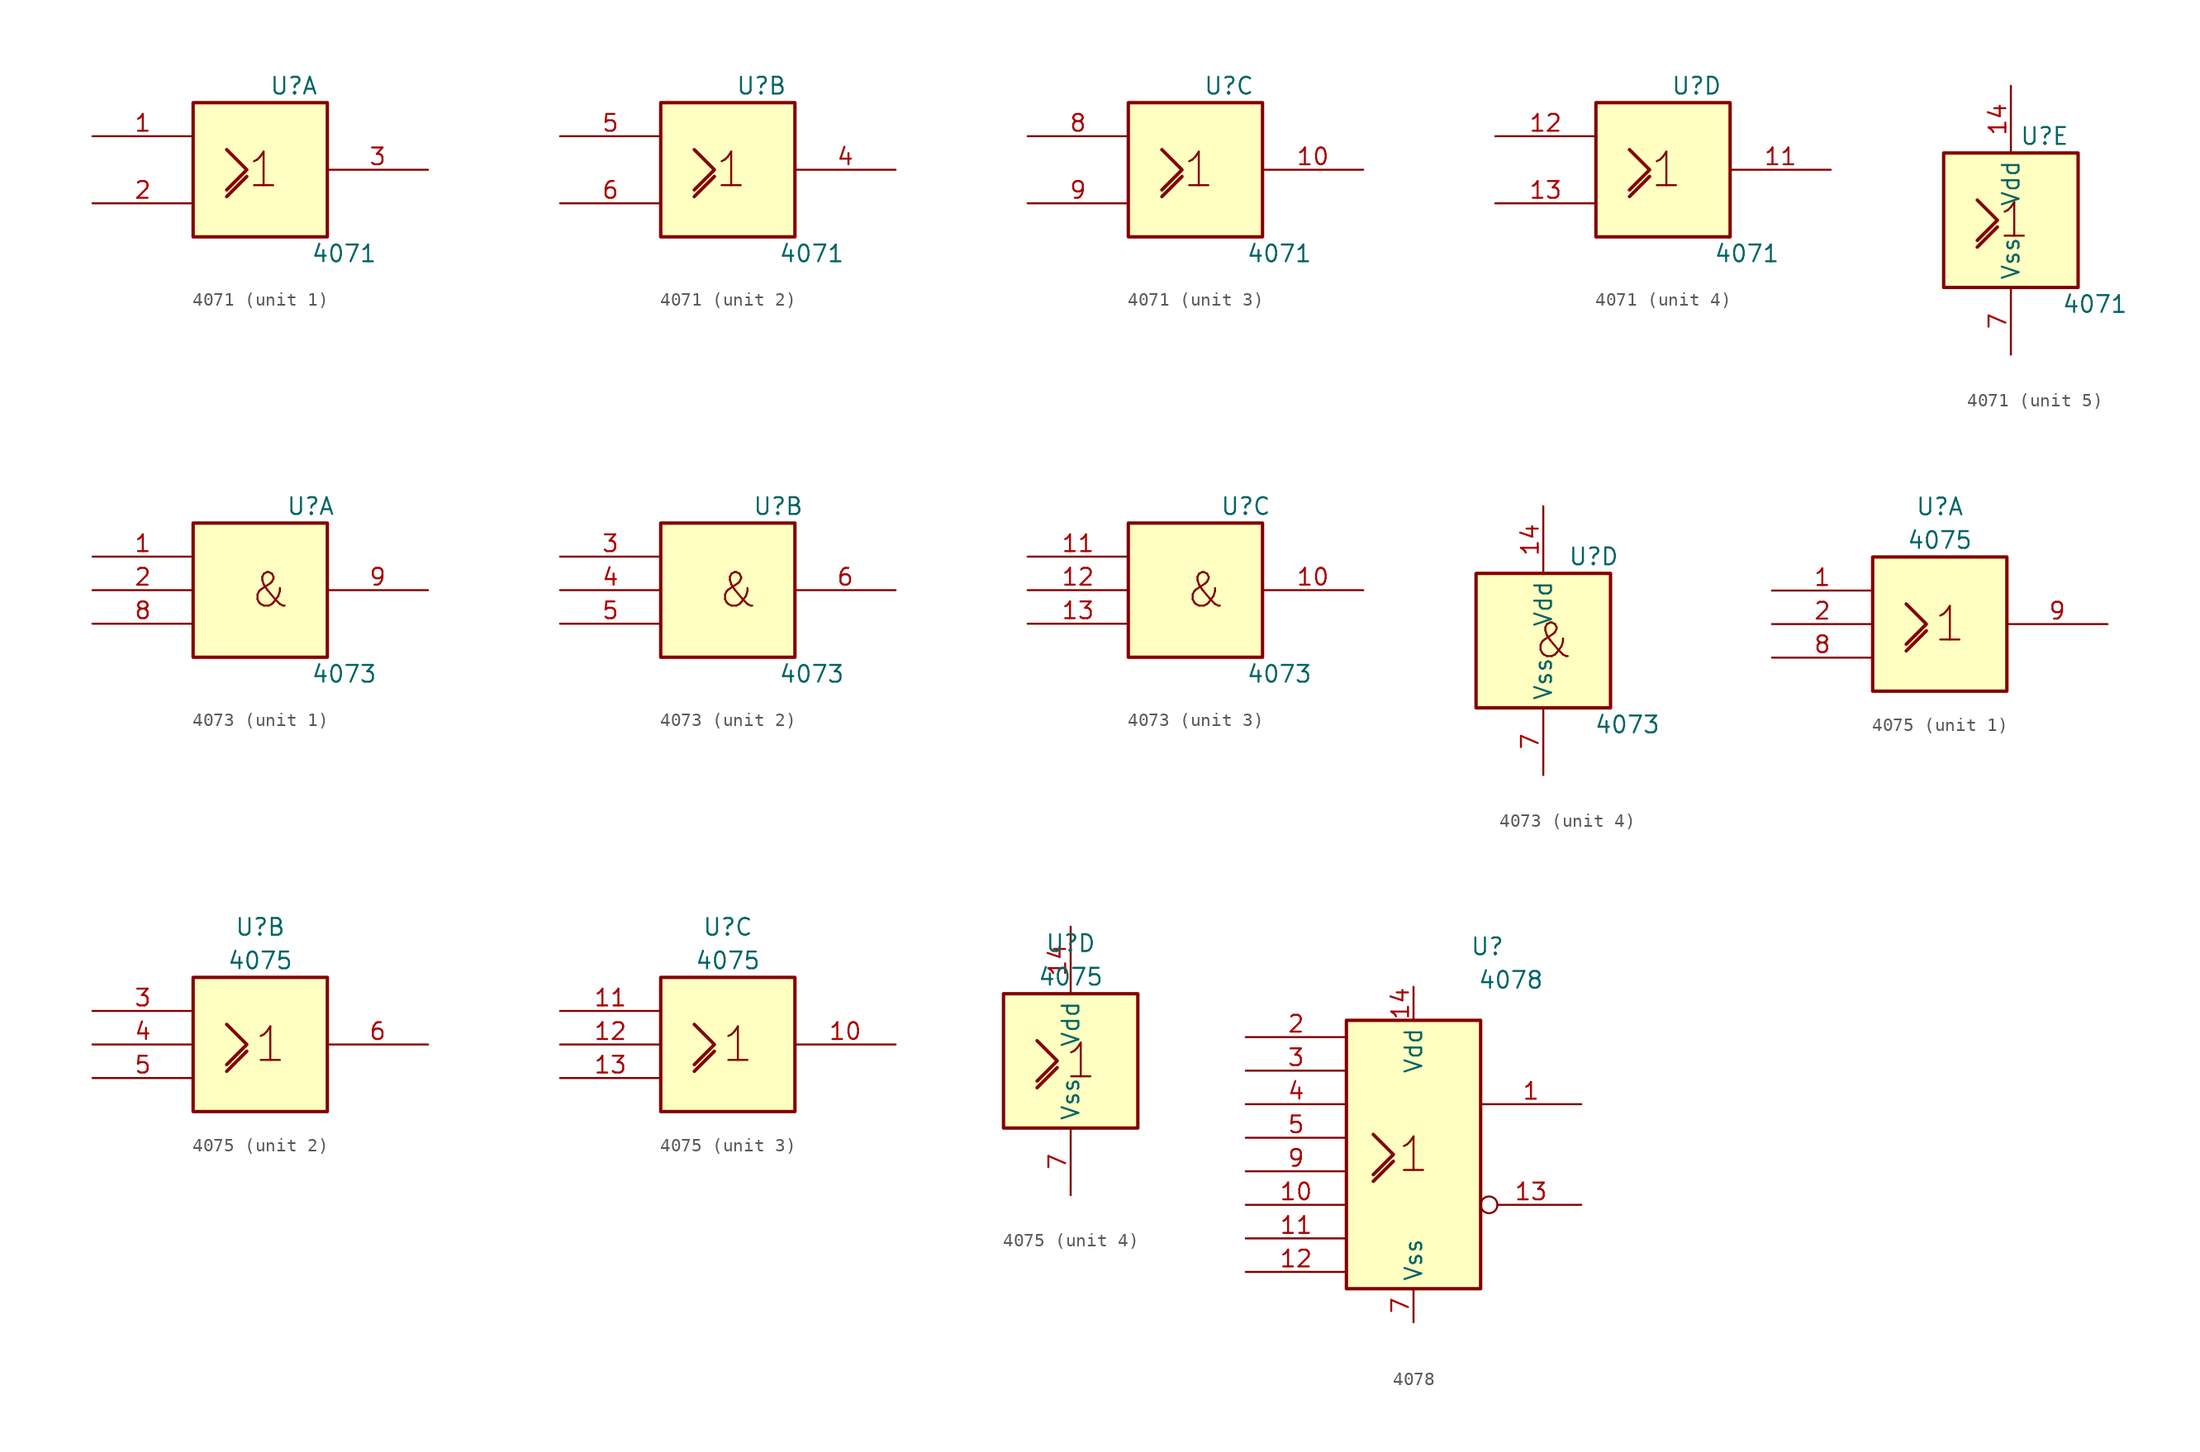
<source format=kicad_sym>
(kicad_symbol_lib
  (version 20231120)
  (generator "kicad_symbol_editor")
  (generator_version "8.0")
  (symbol "4071"
    (property "Reference" "U"
      (at 2.54 6.35 0)
      (effects (font (size 1.27 1.27))))
    (property "Value" "4071"
      (at 6.35 -6.35 0)
      (effects (font (size 1.27 1.27))))
    (property "ki_locked" ""
      (at 0 0 0)
      (effects (font (size 1.27 1.27))))
    (symbol "4071_0_0"
      (rectangle (start -5.08 5.08) (end 5.08 -5.08) (stroke (width 0.254) (type default)) (fill (type background)))
      (polyline (pts (xy -2.54 -2.032) (xy -1.016 -0.508) (xy -1.016 -0.508)) (stroke (width 0.254) (type default)) (fill (type background)))
      (polyline (pts (xy -2.54 1.524) (xy -1.016 0) (xy -2.54 -1.524) (xy -2.54 -1.524)) (stroke (width 0.254) (type default)) (fill (type background)))
      (text "1" (at 0.254 0 0) (effects (font (size 2.54 2.54)))))
    (symbol "4071_1_1"
      (pin input line (at -12.7 2.54 0) (length 7.62) (name "~" (effects (font (size 1.27 1.27)))) (number "1" (effects (font (size 1.27 1.27)))))
      (pin input line (at -12.7 -2.54 0) (length 7.62) (name "~" (effects (font (size 1.27 1.27)))) (number "2" (effects (font (size 1.27 1.27)))))
      (pin output line (at 12.7 0 180) (length 7.62) (name "~" (effects (font (size 1.27 1.27)))) (number "3" (effects (font (size 1.27 1.27))))))
    (symbol "4071_2_1"
      (pin output line (at 12.7 0 180) (length 7.62) (name "~" (effects (font (size 1.27 1.27)))) (number "4" (effects (font (size 1.27 1.27)))))
      (pin input line (at -12.7 2.54 0) (length 7.62) (name "~" (effects (font (size 1.27 1.27)))) (number "5" (effects (font (size 1.27 1.27)))))
      (pin input line (at -12.7 -2.54 0) (length 7.62) (name "~" (effects (font (size 1.27 1.27)))) (number "6" (effects (font (size 1.27 1.27))))))
    (symbol "4071_3_1"
      (pin output line (at 12.7 0 180) (length 7.62) (name "~" (effects (font (size 1.27 1.27)))) (number "10" (effects (font (size 1.27 1.27)))))
      (pin input line (at -12.7 2.54 0) (length 7.62) (name "~" (effects (font (size 1.27 1.27)))) (number "8" (effects (font (size 1.27 1.27)))))
      (pin input line (at -12.7 -2.54 0) (length 7.62) (name "~" (effects (font (size 1.27 1.27)))) (number "9" (effects (font (size 1.27 1.27))))))
    (symbol "4071_4_1"
      (pin output line (at 12.7 0 180) (length 7.62) (name "~" (effects (font (size 1.27 1.27)))) (number "11" (effects (font (size 1.27 1.27)))))
      (pin input line (at -12.7 2.54 0) (length 7.62) (name "~" (effects (font (size 1.27 1.27)))) (number "12" (effects (font (size 1.27 1.27)))))
      (pin input line (at -12.7 -2.54 0) (length 7.62) (name "~" (effects (font (size 1.27 1.27)))) (number "13" (effects (font (size 1.27 1.27))))))
    (symbol "4071_5_0"
      (pin power_in line (at 0 10.16 270) (length 5.08) (name "Vdd" (effects (font (size 1.27 1.27)))) (number "14" (effects (font (size 1.27 1.27)))))
      (pin power_in line (at 0 -10.16 90) (length 5.08) (name "Vss" (effects (font (size 1.27 1.27)))) (number "7" (effects (font (size 1.27 1.27)))))))
  (symbol "4073"
    (property "Reference" "U"
      (at 3.81 6.35 0)
      (effects (font (size 1.27 1.27))))
    (property "Value" "4073"
      (at 6.35 -6.35 0)
      (effects (font (size 1.27 1.27))))
    (property "ki_locked" ""
      (at 0 0 0)
      (effects (font (size 1.27 1.27))))
    (symbol "4073_0_0"
      (rectangle (start -5.08 5.08) (end 5.08 -5.08) (stroke (width 0.254) (type default)) (fill (type background)))
      (text "&" (at 0.762 0 0) (effects (font (size 2.54 2.54)))))
    (symbol "4073_1_1"
      (pin input line (at -12.7 2.54 0) (length 7.62) (name "~" (effects (font (size 1.27 1.27)))) (number "1" (effects (font (size 1.27 1.27)))))
      (pin input line (at -12.7 0 0) (length 7.62) (name "~" (effects (font (size 1.27 1.27)))) (number "2" (effects (font (size 1.27 1.27)))))
      (pin input line (at -12.7 -2.54 0) (length 7.62) (name "~" (effects (font (size 1.27 1.27)))) (number "8" (effects (font (size 1.27 1.27)))))
      (pin output line (at 12.7 0 180) (length 7.62) (name "~" (effects (font (size 1.27 1.27)))) (number "9" (effects (font (size 1.27 1.27))))))
    (symbol "4073_2_1"
      (pin input line (at -12.7 2.54 0) (length 7.62) (name "~" (effects (font (size 1.27 1.27)))) (number "3" (effects (font (size 1.27 1.27)))))
      (pin input line (at -12.7 0 0) (length 7.62) (name "~" (effects (font (size 1.27 1.27)))) (number "4" (effects (font (size 1.27 1.27)))))
      (pin input line (at -12.7 -2.54 0) (length 7.62) (name "~" (effects (font (size 1.27 1.27)))) (number "5" (effects (font (size 1.27 1.27)))))
      (pin output line (at 12.7 0 180) (length 7.62) (name "~" (effects (font (size 1.27 1.27)))) (number "6" (effects (font (size 1.27 1.27))))))
    (symbol "4073_3_1"
      (pin output line (at 12.7 0 180) (length 7.62) (name "~" (effects (font (size 1.27 1.27)))) (number "10" (effects (font (size 1.27 1.27)))))
      (pin input line (at -12.7 2.54 0) (length 7.62) (name "~" (effects (font (size 1.27 1.27)))) (number "11" (effects (font (size 1.27 1.27)))))
      (pin input line (at -12.7 0 0) (length 7.62) (name "~" (effects (font (size 1.27 1.27)))) (number "12" (effects (font (size 1.27 1.27)))))
      (pin input line (at -12.7 -2.54 0) (length 7.62) (name "~" (effects (font (size 1.27 1.27)))) (number "13" (effects (font (size 1.27 1.27))))))
    (symbol "4073_4_0"
      (pin power_in line (at 0 10.16 270) (length 5.08) (name "Vdd" (effects (font (size 1.27 1.27)))) (number "14" (effects (font (size 1.27 1.27)))))
      (pin power_in line (at 0 -10.16 90) (length 5.08) (name "Vss" (effects (font (size 1.27 1.27)))) (number "7" (effects (font (size 1.27 1.27)))))))
  (symbol "4075"
    (property "Reference" "U"
      (at 0 8.89 0)
      (effects (font (size 1.27 1.27))))
    (property "Value" "4075"
      (at 0 6.35 0)
      (effects (font (size 1.27 1.27))))
    (property "ki_locked" ""
      (at 0 0 0)
      (effects (font (size 1.27 1.27))))
    (symbol "4075_0_0"
      (rectangle (start -5.08 5.08) (end 5.08 -5.08) (stroke (width 0.254) (type default)) (fill (type background)))
      (polyline (pts (xy -2.54 -2.032) (xy -1.016 -0.508) (xy -1.016 -0.508)) (stroke (width 0.254) (type default)) (fill (type background)))
      (polyline (pts (xy -2.54 1.524) (xy -1.016 0) (xy -2.54 -1.524) (xy -2.54 -1.524)) (stroke (width 0.254) (type default)) (fill (type background)))
      (text "1" (at 0.762 0 0) (effects (font (size 2.54 2.54)))))
    (symbol "4075_1_1"
      (pin input line (at -12.7 2.54 0) (length 7.62) (name "~" (effects (font (size 1.27 1.27)))) (number "1" (effects (font (size 1.27 1.27)))))
      (pin input line (at -12.7 0 0) (length 7.62) (name "~" (effects (font (size 1.27 1.27)))) (number "2" (effects (font (size 1.27 1.27)))))
      (pin input line (at -12.7 -2.54 0) (length 7.62) (name "~" (effects (font (size 1.27 1.27)))) (number "8" (effects (font (size 1.27 1.27)))))
      (pin output line (at 12.7 0 180) (length 7.62) (name "~" (effects (font (size 1.27 1.27)))) (number "9" (effects (font (size 1.27 1.27))))))
    (symbol "4075_2_1"
      (pin input line (at -12.7 2.54 0) (length 7.62) (name "~" (effects (font (size 1.27 1.27)))) (number "3" (effects (font (size 1.27 1.27)))))
      (pin input line (at -12.7 0 0) (length 7.62) (name "~" (effects (font (size 1.27 1.27)))) (number "4" (effects (font (size 1.27 1.27)))))
      (pin input line (at -12.7 -2.54 0) (length 7.62) (name "~" (effects (font (size 1.27 1.27)))) (number "5" (effects (font (size 1.27 1.27)))))
      (pin output line (at 12.7 0 180) (length 7.62) (name "~" (effects (font (size 1.27 1.27)))) (number "6" (effects (font (size 1.27 1.27))))))
    (symbol "4075_3_1"
      (pin output line (at 12.7 0 180) (length 7.62) (name "~" (effects (font (size 1.27 1.27)))) (number "10" (effects (font (size 1.27 1.27)))))
      (pin input line (at -12.7 2.54 0) (length 7.62) (name "~" (effects (font (size 1.27 1.27)))) (number "11" (effects (font (size 1.27 1.27)))))
      (pin input line (at -12.7 0 0) (length 7.62) (name "~" (effects (font (size 1.27 1.27)))) (number "12" (effects (font (size 1.27 1.27)))))
      (pin input line (at -12.7 -2.54 0) (length 7.62) (name "~" (effects (font (size 1.27 1.27)))) (number "13" (effects (font (size 1.27 1.27))))))
    (symbol "4075_4_0"
      (pin power_in line (at 0 10.16 270) (length 5.08) (name "Vdd" (effects (font (size 1.27 1.27)))) (number "14" (effects (font (size 1.27 1.27)))))
      (pin power_in line (at 0 -10.16 90) (length 5.08) (name "Vss" (effects (font (size 1.27 1.27)))) (number "7" (effects (font (size 1.27 1.27)))))))
  (symbol "4078"
    (property "Reference" "U"
      (at 5.588 15.748 0)
      (effects (font (size 1.27 1.27))))
    (property "Value" "4078"
      (at 7.366 13.208 0)
      (effects (font (size 1.27 1.27))))
    (symbol "4078_0_0"
      (rectangle (start -5.08 10.16) (end 5.08 -10.16) (stroke (width 0.254) (type default)) (fill (type background)))
      (polyline (pts (xy -3.048 -2.032) (xy -1.524 -0.508) (xy -1.524 -0.508)) (stroke (width 0.254) (type default)) (fill (type background)))
      (polyline (pts (xy -3.048 1.524) (xy -1.524 0) (xy -3.048 -1.524) (xy -3.048 -1.524)) (stroke (width 0.254) (type default)) (fill (type background)))
      (text "1" (at 0 0 0) (effects (font (size 2.54 2.54))))
      (pin power_in line (at 0 12.7 270) (length 2.54) (name "Vdd" (effects (font (size 1.27 1.27)))) (number "14" (effects (font (size 1.27 1.27)))))
      (pin power_in line (at 0 -12.7 90) (length 2.54) (name "Vss" (effects (font (size 1.27 1.27)))) (number "7" (effects (font (size 1.27 1.27))))))
    (symbol "4078_1_1"
      (pin output line (at 12.7 3.81 180) (length 7.62) (name "~" (effects (font (size 1.27 1.27)))) (number "1" (effects (font (size 1.27 1.27)))))
      (pin input line (at -12.7 -3.81 0) (length 7.62) (name "~" (effects (font (size 1.27 1.27)))) (number "10" (effects (font (size 1.27 1.27)))))
      (pin input line (at -12.7 -6.35 0) (length 7.62) (name "~" (effects (font (size 1.27 1.27)))) (number "11" (effects (font (size 1.27 1.27)))))
      (pin input line (at -12.7 -8.89 0) (length 7.62) (name "~" (effects (font (size 1.27 1.27)))) (number "12" (effects (font (size 1.27 1.27)))))
      (pin output inverted (at 12.7 -3.81 180) (length 7.62) (name "~" (effects (font (size 1.27 1.27)))) (number "13" (effects (font (size 1.27 1.27)))))
      (pin input line (at -12.7 8.89 0) (length 7.62) (name "~" (effects (font (size 1.27 1.27)))) (number "2" (effects (font (size 1.27 1.27)))))
      (pin input line (at -12.7 6.35 0) (length 7.62) (name "~" (effects (font (size 1.27 1.27)))) (number "3" (effects (font (size 1.27 1.27)))))
      (pin input line (at -12.7 3.81 0) (length 7.62) (name "~" (effects (font (size 1.27 1.27)))) (number "4" (effects (font (size 1.27 1.27)))))
      (pin input line (at -12.7 1.27 0) (length 7.62) (name "~" (effects (font (size 1.27 1.27)))) (number "5" (effects (font (size 1.27 1.27)))))
      (pin input line (at -12.7 -1.27 0) (length 7.62) (name "~" (effects (font (size 1.27 1.27)))) (number "9" (effects (font (size 1.27 1.27))))))))
</source>
